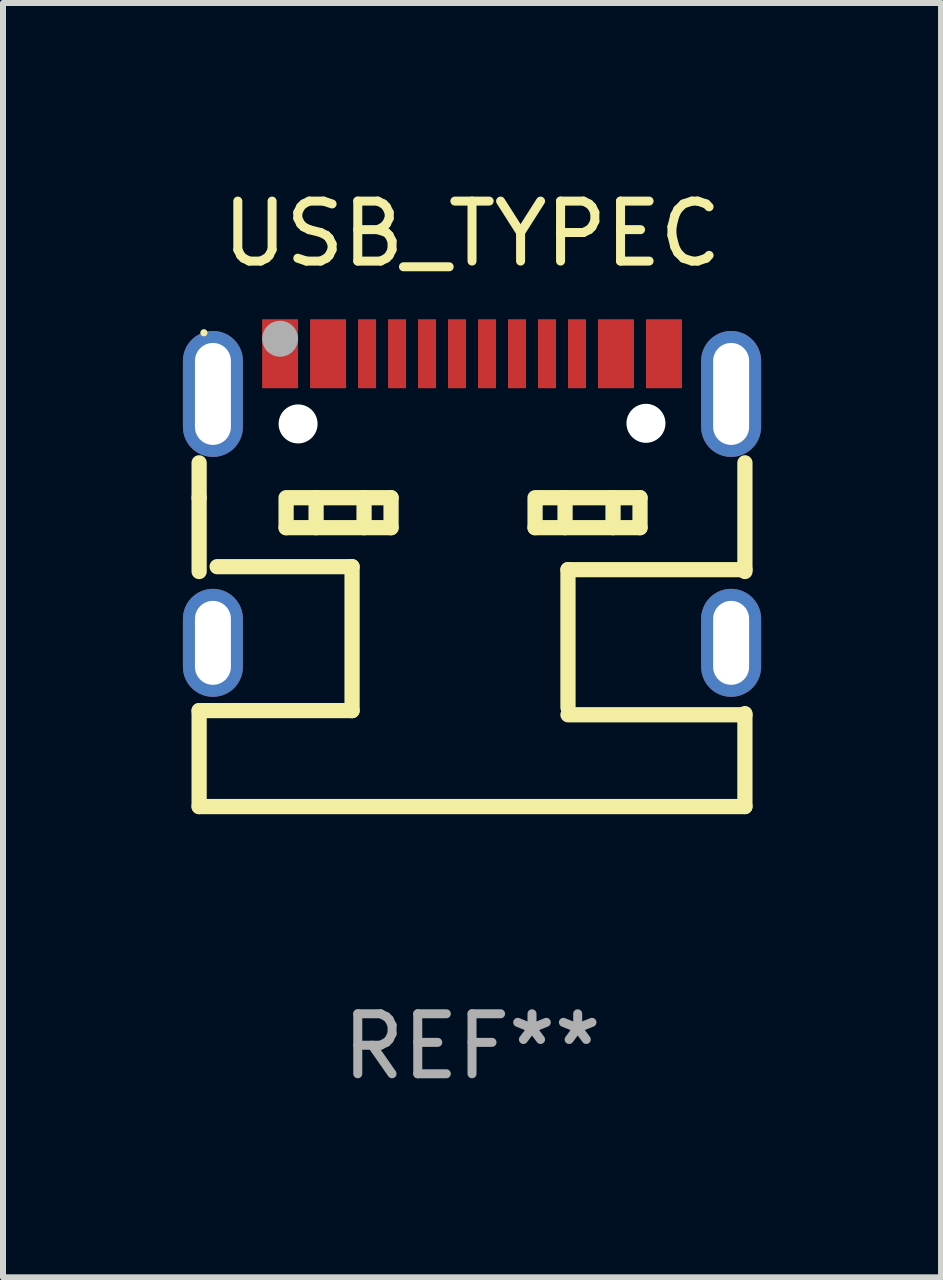
<source format=kicad_pcb>
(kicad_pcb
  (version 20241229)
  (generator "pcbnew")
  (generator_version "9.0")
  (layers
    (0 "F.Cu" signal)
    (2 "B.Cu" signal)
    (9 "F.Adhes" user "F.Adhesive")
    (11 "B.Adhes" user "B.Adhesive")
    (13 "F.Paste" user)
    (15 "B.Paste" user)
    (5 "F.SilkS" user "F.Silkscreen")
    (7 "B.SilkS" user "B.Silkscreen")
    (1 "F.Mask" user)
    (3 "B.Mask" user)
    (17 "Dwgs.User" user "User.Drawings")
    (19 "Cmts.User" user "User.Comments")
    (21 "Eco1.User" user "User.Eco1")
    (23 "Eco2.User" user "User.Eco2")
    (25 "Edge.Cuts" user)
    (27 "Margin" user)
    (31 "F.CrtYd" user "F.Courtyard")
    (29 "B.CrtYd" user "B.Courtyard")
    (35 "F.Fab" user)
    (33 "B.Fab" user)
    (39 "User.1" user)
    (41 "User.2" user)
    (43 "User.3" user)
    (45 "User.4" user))
  (footprint "USB_TYPEC"
    (layer "F.Cu")
    (at 4.82 5.258)
    (property "Reference" "USB_TYPEC" (at -0.000038 -4.41 0) (layer "F.SilkS") (effects (font (size 1 1) (thickness 0.15))))
    (attr through_hole)
    (fp_line (start -4.55 -0.01) (end -4.55 -0.591) (stroke (width 0.254) (type solid)) (layer "F.SilkS"))
    (fp_line (start -4.55 -0.01) (end -4.55 1.221) (stroke (width 0.254) (type solid)) (layer "F.SilkS"))
    (fp_line (start -4.55 3.54) (end -4.55 5.14) (stroke (width 0.254) (type solid)) (layer "F.SilkS"))
    (fp_line (start -4.55 5.14) (end 4.55 5.14) (stroke (width 0.254) (type solid)) (layer "F.SilkS"))
    (fp_line (start -4.25 1.14) (end -2 1.14) (stroke (width 0.254) (type solid)) (layer "F.SilkS"))
    (fp_line (start -3.1 -0.01) (end -3.1 0.49) (stroke (width 0.254) (type solid)) (layer "F.SilkS"))
    (fp_line (start -3.1 0.49) (end -1.35 0.49) (stroke (width 0.254) (type solid)) (layer "F.SilkS"))
    (fp_line (start -2.6 -0.01) (end -2.6 0.49) (stroke (width 0.254) (type solid)) (layer "F.SilkS"))
    (fp_line (start -2 1.14) (end -2 3.54) (stroke (width 0.254) (type solid)) (layer "F.SilkS"))
    (fp_line (start -2 3.54) (end -4.55 3.54) (stroke (width 0.254) (type solid)) (layer "F.SilkS"))
    (fp_line (start -1.8 -0.01) (end -1.8 0.49) (stroke (width 0.254) (type solid)) (layer "F.SilkS"))
    (fp_line (start -1.35 -0.01) (end -3.05 -0.01) (stroke (width 0.254) (type solid)) (layer "F.SilkS"))
    (fp_line (start -1.35 0.49) (end -1.35 -0.01) (stroke (width 0.254) (type solid)) (layer "F.SilkS"))
    (fp_line (start 1.051 -0.01) (end 1.051 0.49) (stroke (width 0.254) (type solid)) (layer "F.SilkS"))
    (fp_line (start 1.051 0.49) (end 2.801 0.49) (stroke (width 0.254) (type solid)) (layer "F.SilkS"))
    (fp_line (start 1.551 -0.01) (end 1.551 0.49) (stroke (width 0.254) (type solid)) (layer "F.SilkS"))
    (fp_line (start 1.6 1.19) (end 1.6 3.489) (stroke (width 0.254) (type solid)) (layer "F.SilkS"))
    (fp_line (start 1.6 1.19) (end 4.55 1.19) (stroke (width 0.254) (type solid)) (layer "F.SilkS"))
    (fp_line (start 2.351 -0.01) (end 2.351 0.49) (stroke (width 0.254) (type solid)) (layer "F.SilkS"))
    (fp_line (start 2.801 -0.01) (end 1.101 -0.01) (stroke (width 0.254) (type solid)) (layer "F.SilkS"))
    (fp_line (start 2.801 0.49) (end 2.801 -0.01) (stroke (width 0.254) (type solid)) (layer "F.SilkS"))
    (fp_line (start 4.55 1.221) (end 4.55 -0.591) (stroke (width 0.254) (type solid)) (layer "F.SilkS"))
    (fp_line (start 4.55 3.609) (end 1.6 3.609) (stroke (width 0.254) (type solid)) (layer "F.SilkS"))
    (fp_line (start 4.55 5.14) (end 4.55 3.59) (stroke (width 0.254) (type solid)) (layer "F.SilkS"))
    (fp_circle (center -4.47 -2.76) (end -4.44 -2.76) (stroke (width 0.06) (type solid)) (fill no) (layer "F.SilkS"))
    (fp_circle (center -3.2 -2.66) (end -3.05 -2.66) (stroke (width 0.3) (type solid)) (fill no) (layer "F.Fab"))
    (fp_circle (center -2.89 -1.24) (end -2.79 -1.24) (stroke (width 0.2) (type solid)) (fill no) (layer "F.Fab"))
    (fp_circle (center 2.89 -1.24) (end 2.99 -1.24) (stroke (width 0.2) (type solid)) (fill no) (layer "F.Fab"))
    (fp_text user "REF**" (at -0.000038 9.14 0) (layer "F.Fab") (effects (font (size 1 1) (thickness 0.15))))
    (pad "" np_thru_hole circle (at -2.9 -1.24) (size 0.65 0.65) (drill 0.65) (layers "*.Cu" "*.Mask"))
    (pad "" np_thru_hole circle (at 2.9 -1.25) (size 0.65 0.65) (drill 0.65) (layers "*.Cu" "*.Mask"))
    (pad "A1B12" smd rect (at -3.2 -2.41) (size 0.6 1.15) (layers "F.Cu" "F.Mask" "F.Paste"))
    (pad "A4B9" smd rect (at -2.4 -2.41) (size 0.6 1.15) (layers "F.Cu" "F.Mask" "F.Paste"))
    (pad "A5" smd rect (at -1.25 -2.41) (size 0.3 1.15) (layers "F.Cu" "F.Mask" "F.Paste"))
    (pad "A6" smd rect (at -0.25 -2.41) (size 0.3 1.15) (layers "F.Cu" "F.Mask" "F.Paste"))
    (pad "A7" smd rect (at 0.25 -2.41) (size 0.3 1.15) (layers "F.Cu" "F.Mask" "F.Paste"))
    (pad "A8" smd rect (at 1.25 -2.41) (size 0.3 1.15) (layers "F.Cu" "F.Mask" "F.Paste"))
    (pad "B1A12" smd rect (at 3.2 -2.41) (size 0.6 1.15) (layers "F.Cu" "F.Mask" "F.Paste"))
    (pad "B4A9" smd rect (at 2.4 -2.41) (size 0.6 1.15) (layers "F.Cu" "F.Mask" "F.Paste"))
    (pad "B5" smd rect (at 1.75 -2.41) (size 0.3 1.15) (layers "F.Cu" "F.Mask" "F.Paste"))
    (pad "B6" smd rect (at 0.75 -2.41) (size 0.3 1.15) (layers "F.Cu" "F.Mask" "F.Paste"))
    (pad "B7" smd rect (at -0.75 -2.41) (size 0.3 1.15) (layers "F.Cu" "F.Mask" "F.Paste"))
    (pad "B8" smd rect (at -1.75 -2.41) (size 0.3 1.15) (layers "F.Cu" "F.Mask" "F.Paste"))
    (pad "EP" thru_hole oval (at -4.32 -1.74) (size 1 2.1) (drill oval 0.6 1.7) (layers "*.Cu" "*.Mask"))
    (pad "EP" thru_hole oval (at -4.32 2.41) (size 1 1.8) (drill oval 0.6 1.4) (layers "*.Cu" "*.Mask"))
    (pad "EP" thru_hole oval (at 4.32 -1.74) (size 1 2.1) (drill oval 0.6 1.7) (layers "*.Cu" "*.Mask"))
    (pad "EP" thru_hole oval (at 4.32 2.41) (size 1 1.8) (drill oval 0.6 1.4) (layers "*.Cu" "*.Mask")))
  (gr_rect
    (start -3 -3)
    (end 12.64 18.247)
    (stroke (width 0.1) (type default))
    (fill no)
    (layer "Edge.Cuts")))
</source>
